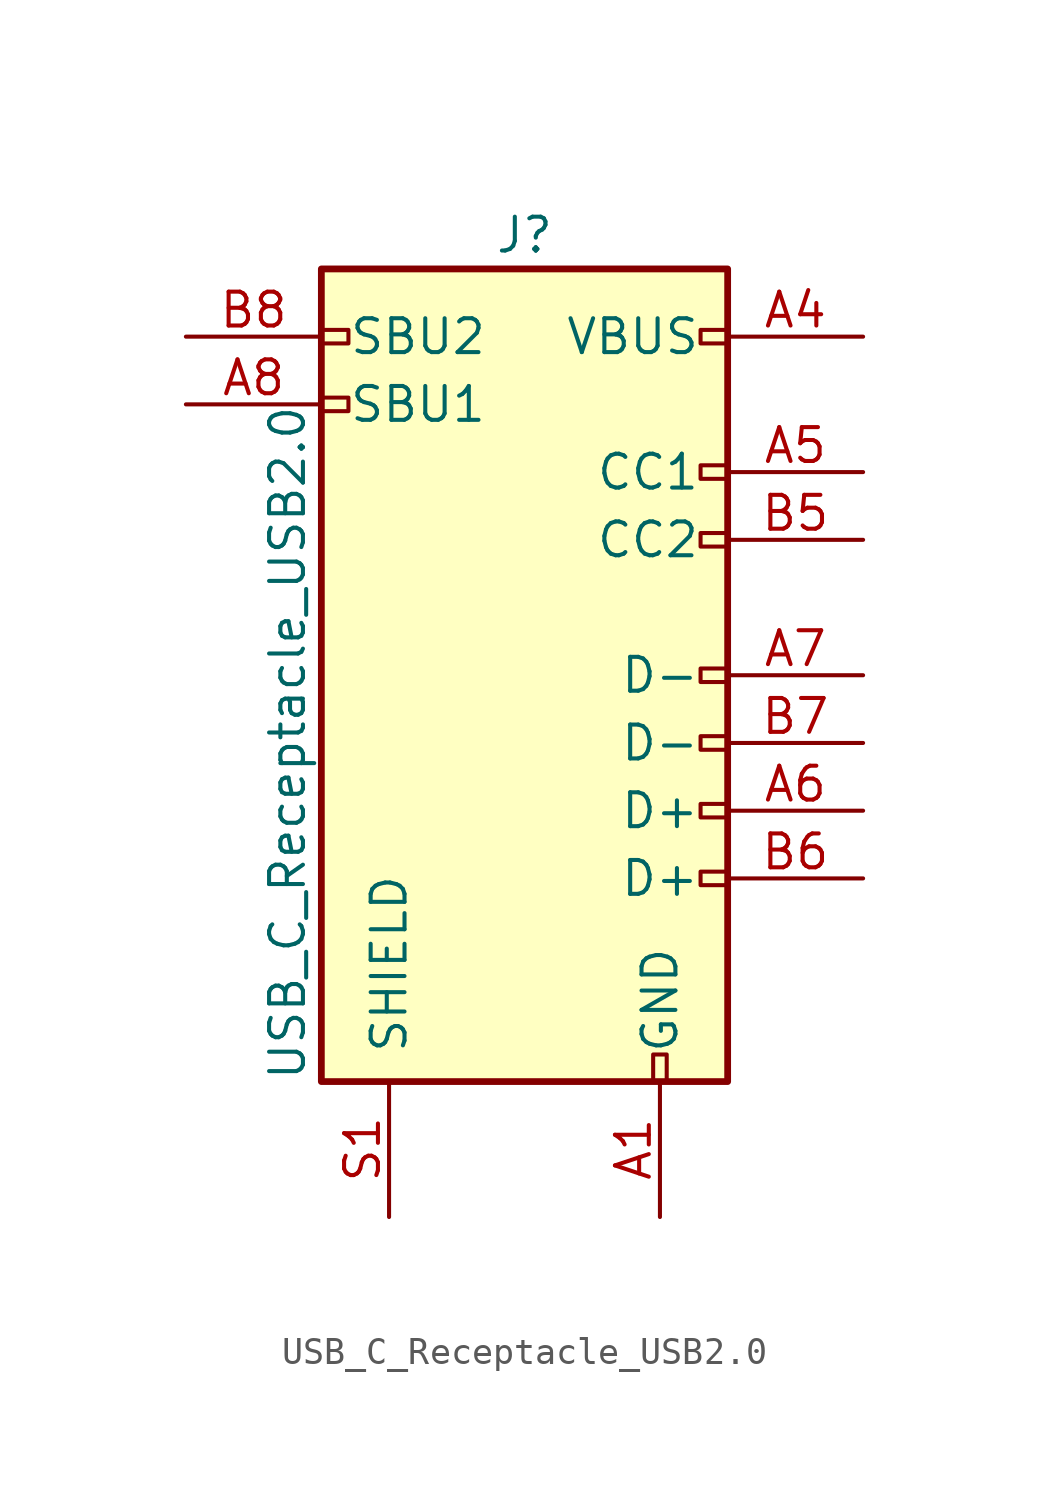
<source format=kicad_sym>
(kicad_symbol_lib
  (version 20211014)
  (generator kicad_symbol_editor)
  (symbol "USB_C_Receptacle_USB2.0"
    (pin_names
      (offset 1.016))
    (property "Reference" "J"
      (at 0 16.51 0)
      (effects (font (size 1.27 1.27))))
    (property "Value" "USB_C_Receptacle_USB2.0"
      (at -8.89 -2.54 90)
      (effects (font (size 1.27 1.27))))
    (symbol "USB_C_Receptacle_USB2.0_0_0"
      (rectangle (start -7.62 9.906) (end -6.604 10.414) (stroke (width 0) (type default) (color 0 0 0 0)) (fill (type none)))
      (rectangle (start -7.62 12.446) (end -6.604 12.954) (stroke (width 0) (type default) (color 0 0 0 0)) (fill (type none)))
      (rectangle (start 4.826 -15.24) (end 5.334 -14.224) (stroke (width 0) (type default) (color 0 0 0 0)) (fill (type none)))
      (rectangle (start 7.62 -7.366) (end 6.604 -7.874) (stroke (width 0) (type default) (color 0 0 0 0)) (fill (type none)))
      (rectangle (start 7.62 -4.826) (end 6.604 -5.334) (stroke (width 0) (type default) (color 0 0 0 0)) (fill (type none)))
      (rectangle (start 7.62 -2.286) (end 6.604 -2.794) (stroke (width 0) (type default) (color 0 0 0 0)) (fill (type none)))
      (rectangle (start 7.62 0.254) (end 6.604 -0.254) (stroke (width 0) (type default) (color 0 0 0 0)) (fill (type none)))
      (rectangle (start 7.62 5.334) (end 6.604 4.826) (stroke (width 0) (type default) (color 0 0 0 0)) (fill (type none)))
      (rectangle (start 7.62 7.874) (end 6.604 7.366) (stroke (width 0) (type default) (color 0 0 0 0)) (fill (type none)))
      (rectangle (start 7.62 12.954) (end 6.604 12.446) (stroke (width 0) (type default) (color 0 0 0 0)) (fill (type none))))
    (symbol "USB_C_Receptacle_USB2.0_0_1"
      (rectangle (start -7.62 15.24) (end 7.62 -15.24) (stroke (width 0.254) (type default) (color 0 0 0 0)) (fill (type background))))
    (symbol "USB_C_Receptacle_USB2.0_1_1"
      (pin passive line (at 5.08 -20.32 90) (length 5.08) (name "GND" (effects (font (size 1.27 1.27)))) (number "A1" (effects (font (size 1.27 1.27)))))
      (pin passive line (at 5.08 -20.32 90) (length 5.08) hide (name "GND" (effects (font (size 1.27 1.27)))) (number "A12" (effects (font (size 1.27 1.27)))))
      (pin passive line (at 12.7 12.7 180) (length 5.08) (name "VBUS" (effects (font (size 1.27 1.27)))) (number "A4" (effects (font (size 1.27 1.27)))))
      (pin bidirectional line (at 12.7 7.62 180) (length 5.08) (name "CC1" (effects (font (size 1.27 1.27)))) (number "A5" (effects (font (size 1.27 1.27)))))
      (pin bidirectional line (at 12.7 -5.08 180) (length 5.08) (name "D+" (effects (font (size 1.27 1.27)))) (number "A6" (effects (font (size 1.27 1.27)))))
      (pin bidirectional line (at 12.7 0 180) (length 5.08) (name "D-" (effects (font (size 1.27 1.27)))) (number "A7" (effects (font (size 1.27 1.27)))))
      (pin bidirectional line (at -12.7 10.16 0) (length 5.08) (name "SBU1" (effects (font (size 1.27 1.27)))) (number "A8" (effects (font (size 1.27 1.27)))))
      (pin passive line (at 12.7 12.7 180) (length 5.08) hide (name "VBUS" (effects (font (size 1.27 1.27)))) (number "A9" (effects (font (size 1.27 1.27)))))
      (pin passive line (at 5.08 -20.32 90) (length 5.08) hide (name "GND" (effects (font (size 1.27 1.27)))) (number "B1" (effects (font (size 1.27 1.27)))))
      (pin passive line (at 5.08 -20.32 90) (length 5.08) hide (name "GND" (effects (font (size 1.27 1.27)))) (number "B12" (effects (font (size 1.27 1.27)))))
      (pin passive line (at 12.7 12.7 180) (length 5.08) hide (name "VBUS" (effects (font (size 1.27 1.27)))) (number "B4" (effects (font (size 1.27 1.27)))))
      (pin bidirectional line (at 12.7 5.08 180) (length 5.08) (name "CC2" (effects (font (size 1.27 1.27)))) (number "B5" (effects (font (size 1.27 1.27)))))
      (pin bidirectional line (at 12.7 -7.62 180) (length 5.08) (name "D+" (effects (font (size 1.27 1.27)))) (number "B6" (effects (font (size 1.27 1.27)))))
      (pin bidirectional line (at 12.7 -2.54 180) (length 5.08) (name "D-" (effects (font (size 1.27 1.27)))) (number "B7" (effects (font (size 1.27 1.27)))))
      (pin bidirectional line (at -12.7 12.7 0) (length 5.08) (name "SBU2" (effects (font (size 1.27 1.27)))) (number "B8" (effects (font (size 1.27 1.27)))))
      (pin passive line (at 12.7 12.7 180) (length 5.08) hide (name "VBUS" (effects (font (size 1.27 1.27)))) (number "B9" (effects (font (size 1.27 1.27)))))
      (pin passive line (at -5.08 -20.32 90) (length 5.08) (name "SHIELD" (effects (font (size 1.27 1.27)))) (number "S1" (effects (font (size 1.27 1.27))))))))
</source>
